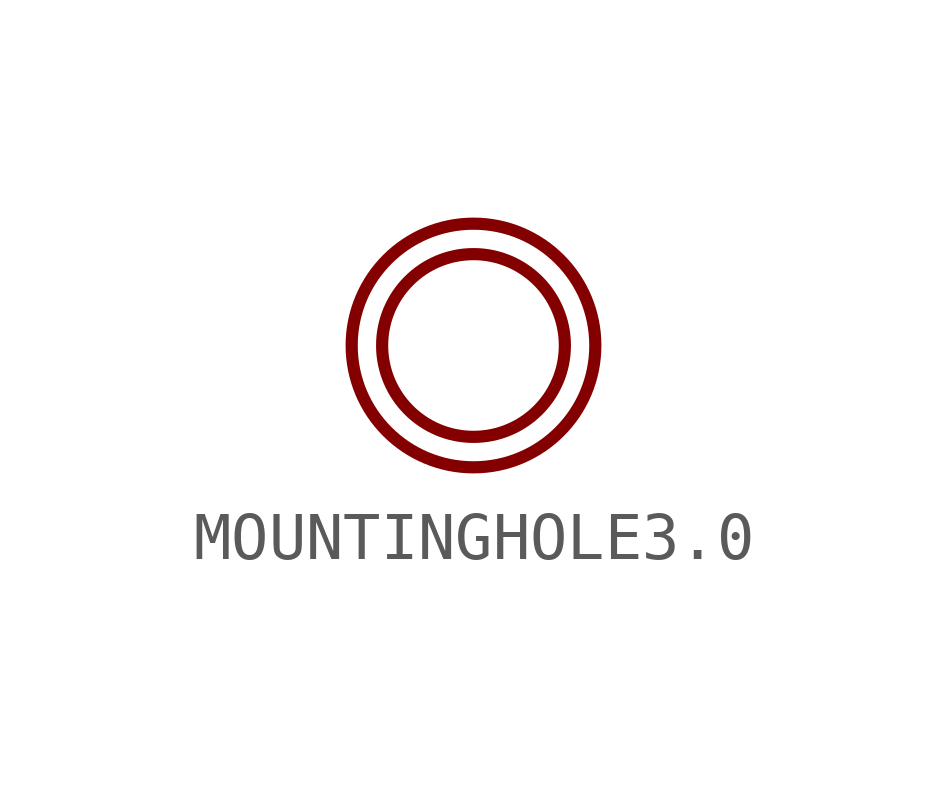
<source format=kicad_sym>
(kicad_symbol_lib
  (version 20211014)
  (generator kicad_symbol_editor)
  (symbol "MOUNTINGHOLE3.0"
    (property "Reference" ""
      (at 0 0 0)
      (effects (font (size 1.27 1.27)) hide))
    (property "ki_locked" ""
      (at 0 0 0)
      (effects (font (size 1.27 1.27))))
    (symbol "MOUNTINGHOLE3.0_1_0"
      (circle (center 0 0) (radius 1.905) (stroke (width 0.254) (type default) (color 0 0 0 0)) (fill (type none)))
      (circle (center 0 0) (radius 2.54) (stroke (width 0.254) (type default) (color 0 0 0 0)) (fill (type none))))))
</source>
